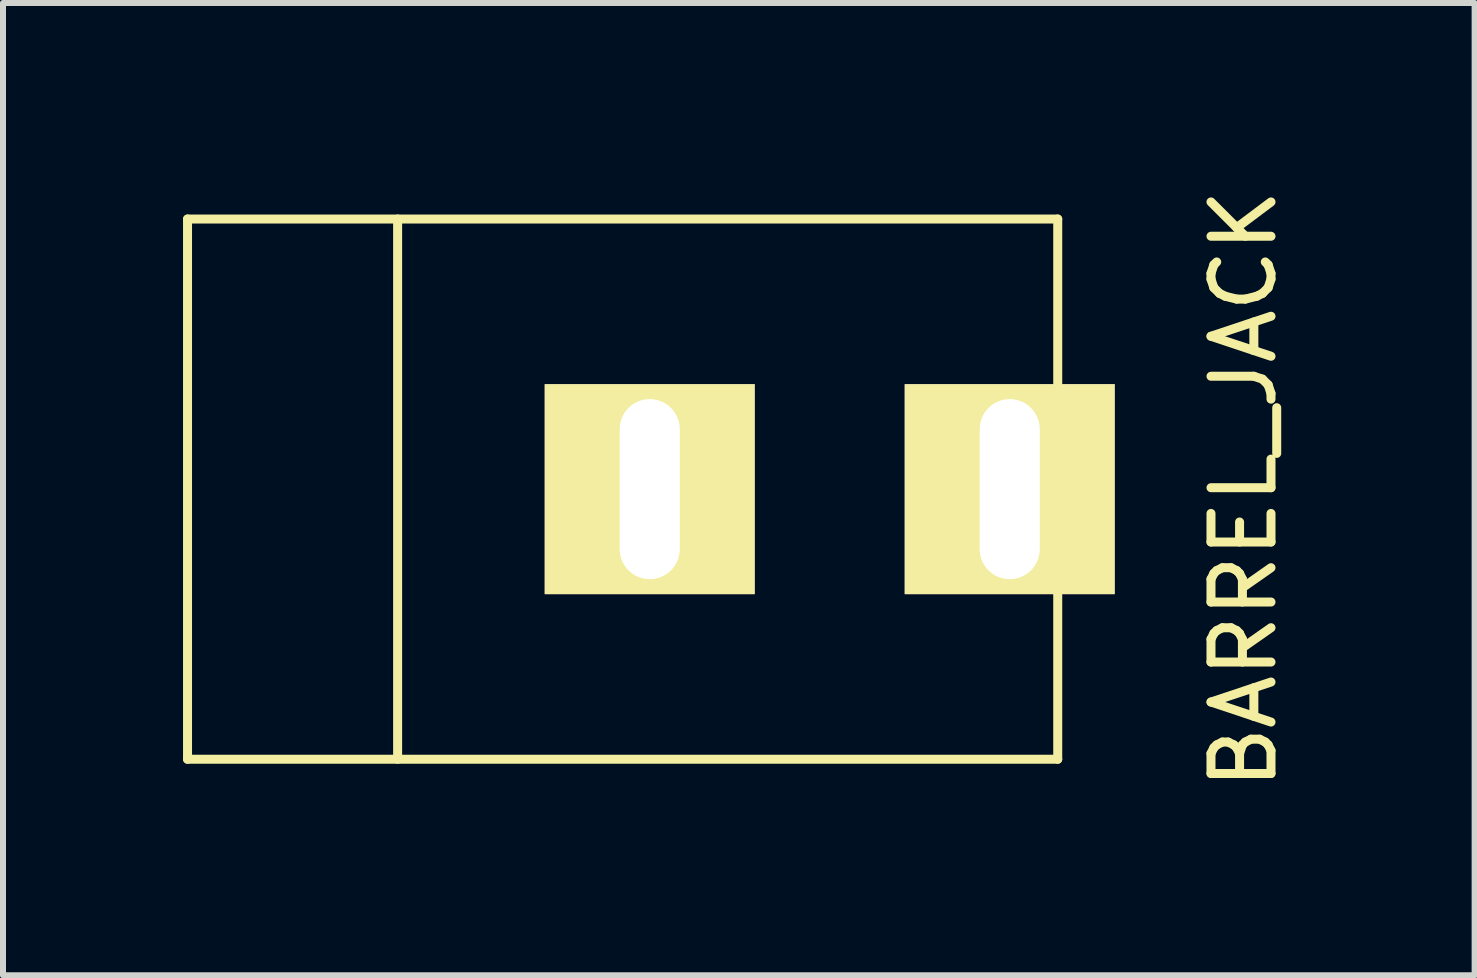
<source format=kicad_pcb>
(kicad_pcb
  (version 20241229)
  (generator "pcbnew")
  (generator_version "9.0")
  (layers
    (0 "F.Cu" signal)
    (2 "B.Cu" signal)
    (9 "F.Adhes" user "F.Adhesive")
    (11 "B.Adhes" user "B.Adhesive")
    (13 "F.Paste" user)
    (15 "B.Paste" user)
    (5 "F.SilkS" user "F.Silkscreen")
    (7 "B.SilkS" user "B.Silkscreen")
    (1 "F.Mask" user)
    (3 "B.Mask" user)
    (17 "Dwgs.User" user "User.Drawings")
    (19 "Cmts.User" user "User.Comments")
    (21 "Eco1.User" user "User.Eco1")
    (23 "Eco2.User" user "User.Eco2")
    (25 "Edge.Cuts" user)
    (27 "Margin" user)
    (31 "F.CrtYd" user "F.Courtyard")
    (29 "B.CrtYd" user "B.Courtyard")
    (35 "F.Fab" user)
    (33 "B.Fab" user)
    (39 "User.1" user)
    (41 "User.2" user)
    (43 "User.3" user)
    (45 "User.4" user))
  (footprint "BARREL_JACK"
    (layer "F.Cu")
    (at 7.576 5.101)
    (property "Reference" "BARREL_JACK" (at 10.099 0 90) (layer "F.SilkS") (effects (font (size 1 1) (thickness 0.15))))
    (attr through_hole)
    (fp_line (start -7.501 -4.501) (end -7.501 4.501) (stroke (width 0.15) (type solid)) (layer "F.SilkS"))
    (fp_line (start -7.501 4.501) (end 7 4.501) (stroke (width 0.15) (type solid)) (layer "F.SilkS"))
    (fp_line (start -4 -4.501) (end -4 4.501) (stroke (width 0.15) (type solid)) (layer "F.SilkS"))
    (fp_line (start 7 -4.501) (end -7.501 -4.501) (stroke (width 0.15) (type solid)) (layer "F.SilkS"))
    (fp_line (start 7 4.501) (end 7 -4.501) (stroke (width 0.15) (type solid)) (layer "F.SilkS"))
    (pad "1" thru_hole rect (at 6.2 0) (size 3.5 3.5) (drill oval 1.001 3) (layers "*.Cu" "*.Mask" "F.SilkS"))
    (pad "2" thru_hole rect (at 0.201 0) (size 3.5 3.5) (drill oval 1.001 3) (layers "*.Cu" "*.Mask" "F.SilkS")))
  (gr_rect
    (start -3 -3)
    (end 21.523 13.202)
    (stroke (width 0.1) (type default))
    (fill no)
    (layer "Edge.Cuts")))
</source>
